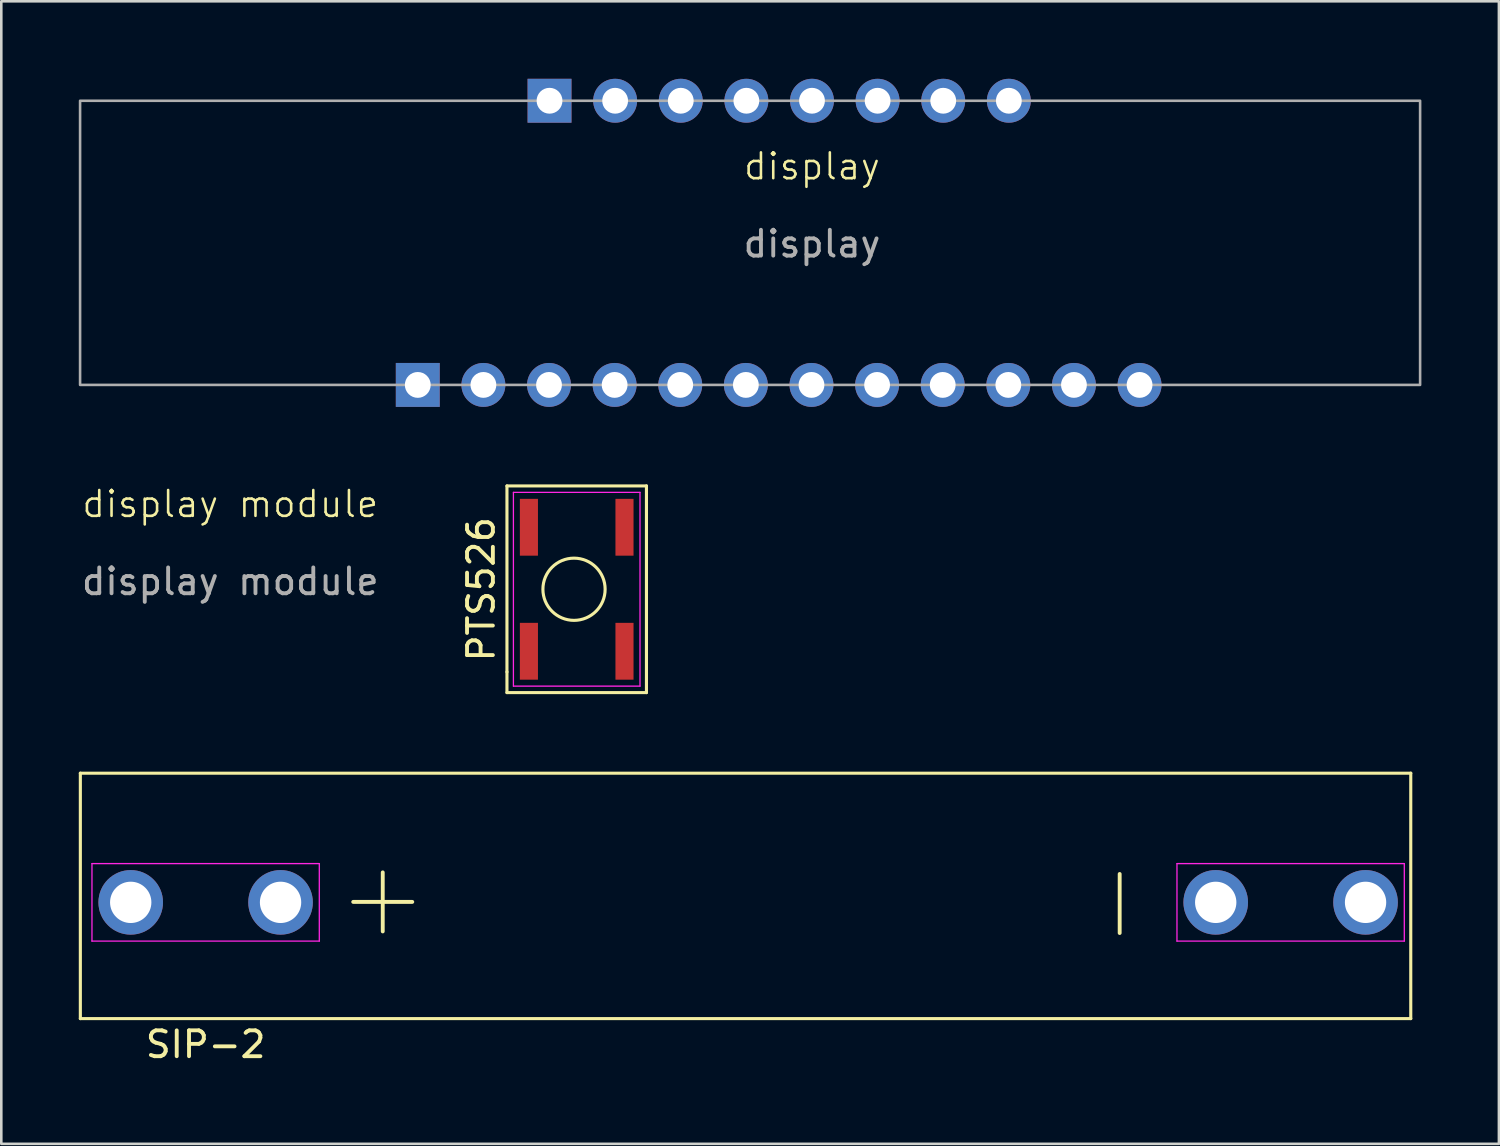
<source format=kicad_pcb>
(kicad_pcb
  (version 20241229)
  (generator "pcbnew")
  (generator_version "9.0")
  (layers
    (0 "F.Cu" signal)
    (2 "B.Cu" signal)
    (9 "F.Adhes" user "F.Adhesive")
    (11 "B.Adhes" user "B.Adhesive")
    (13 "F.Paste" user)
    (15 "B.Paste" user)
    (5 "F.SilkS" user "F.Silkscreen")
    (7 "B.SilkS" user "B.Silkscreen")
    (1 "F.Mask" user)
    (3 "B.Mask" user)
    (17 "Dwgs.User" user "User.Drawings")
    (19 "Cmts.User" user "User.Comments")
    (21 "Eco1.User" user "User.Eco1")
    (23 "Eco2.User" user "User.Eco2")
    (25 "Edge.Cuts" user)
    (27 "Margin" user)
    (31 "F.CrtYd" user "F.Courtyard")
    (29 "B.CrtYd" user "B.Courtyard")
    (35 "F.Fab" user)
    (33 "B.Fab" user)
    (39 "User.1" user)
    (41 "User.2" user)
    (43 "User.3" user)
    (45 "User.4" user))
  (footprint "display module"
    (layer "F.Cu")
    (at 5.863 16.96)
    (property "Reference" "display module" (at 0 -0.5 0) (unlocked yes) (layer "F.SilkS") (effects (font (size 1 1) (thickness 0.1))))
    (attr through_hole)
    (fp_text user "${REFERENCE}" (at 0 2.5 0) (unlocked yes) (layer "F.Fab") (effects (font (size 1 1) (thickness 0.15)))))
  (footprint "SIP-2"
    (layer "F.Cu")
    (at 5.31 34.38)
    (property "Reference" "SIP-2" (at -0.4 3 0) (layer "F.SilkS") (effects (font (size 1 1) (thickness 0.15))))
    (attr through_hole)
    (fp_line (start -5.25 -7.5) (end 46.25 -7.5) (stroke (width 0.12) (type default)) (layer "F.SilkS"))
    (fp_line (start -5.25 2) (end -5.25 -7.5) (stroke (width 0.12) (type default)) (layer "F.SilkS"))
    (fp_line (start 46.25 -7.5) (end 46.25 2) (stroke (width 0.12) (type default)) (layer "F.SilkS"))
    (fp_line (start 46.25 2) (end -5.25 2) (stroke (width 0.12) (type default)) (layer "F.SilkS"))
    (fp_line (start -4.8 -4) (end 4 -4) (stroke (width 0.05) (type default)) (layer "F.CrtYd"))
    (fp_line (start -4.8 -1) (end -4.8 -4) (stroke (width 0.05) (type default)) (layer "F.CrtYd"))
    (fp_line (start 4 -4) (end 4 -1) (stroke (width 0.05) (type default)) (layer "F.CrtYd"))
    (fp_line (start 4 -1) (end -4.8 -1) (stroke (width 0.05) (type default)) (layer "F.CrtYd"))
    (fp_line (start 37.2 -4) (end 46 -4) (stroke (width 0.05) (type default)) (layer "F.CrtYd"))
    (fp_line (start 37.2 -1) (end 37.2 -4) (stroke (width 0.05) (type default)) (layer "F.CrtYd"))
    (fp_line (start 46 -4) (end 46 -1) (stroke (width 0.05) (type default)) (layer "F.CrtYd"))
    (fp_line (start 46 -1) (end 37.2 -1) (stroke (width 0.05) (type default)) (layer "F.CrtYd"))
    (fp_text user "-" (at 36.5 -0.5 90) (unlocked yes) (layer "F.SilkS") (effects (font (size 3 3) (thickness 0.15)) (justify left bottom)))
    (fp_text user "+" (at 4.5 -1 0) (unlocked yes) (layer "F.SilkS") (effects (font (size 3 3) (thickness 0.15)) (justify left bottom)))
    (pad "1" thru_hole circle (at -3.3 -2.5) (size 2.5 2.5) (drill 1.6) (layers "*.Cu" "*.Mask"))
    (pad "1" thru_hole circle (at 2.5 -2.5) (size 2.5 2.5) (drill 1.6) (layers "*.Cu" "*.Mask"))
    (pad "2" thru_hole circle (at 38.7 -2.5) (size 2.5 2.5) (drill 1.6) (layers "*.Cu" "*.Mask"))
    (pad "2" thru_hole circle (at 44.5 -2.5) (size 2.5 2.5) (drill 1.6) (layers "*.Cu" "*.Mask")))
  (footprint "display"
    (layer "F.Cu")
    (at 18.222 0.85)
    (property "Reference" "display" (at 10.16 2.54 0) (unlocked yes) (layer "F.SilkS") (effects (font (size 1 1) (thickness 0.1))))
    (attr through_hole)
    (fp_rect (start -18.172 0) (end 33.7 11) (stroke (width 0.1) (type default)) (fill no) (layer "F.Fab"))
    (fp_text user "${REFERENCE}" (at 10.16 5.54 0) (unlocked yes) (layer "F.Fab") (effects (font (size 1 1) (thickness 0.15))))
    (pad "1" thru_hole rect (at 0 0 90) (size 1.7 1.7) (drill 1) (layers "*.Cu" "*.Mask"))
    (pad "2" thru_hole oval (at 2.54 0 90) (size 1.7 1.7) (drill 1) (layers "*.Cu" "*.Mask"))
    (pad "3" thru_hole oval (at 5.08 0 90) (size 1.7 1.7) (drill 1) (layers "*.Cu" "*.Mask"))
    (pad "4" thru_hole oval (at 7.62 0 90) (size 1.7 1.7) (drill 1) (layers "*.Cu" "*.Mask"))
    (pad "5" thru_hole oval (at 10.16 0 90) (size 1.7 1.7) (drill 1) (layers "*.Cu" "*.Mask"))
    (pad "6" thru_hole oval (at 12.7 0 90) (size 1.7 1.7) (drill 1) (layers "*.Cu" "*.Mask"))
    (pad "7" thru_hole oval (at 15.24 0 90) (size 1.7 1.7) (drill 1) (layers "*.Cu" "*.Mask"))
    (pad "8" thru_hole oval (at 17.78 0 90) (size 1.7 1.7) (drill 1) (layers "*.Cu" "*.Mask"))
    (pad "9" thru_hole rect (at -5.1 11 90) (size 1.7 1.7) (drill 1) (layers "*.Cu" "*.Mask"))
    (pad "10" thru_hole oval (at -2.56 11 90) (size 1.7 1.7) (drill 1) (layers "*.Cu" "*.Mask"))
    (pad "11" thru_hole oval (at -0.02 11 90) (size 1.7 1.7) (drill 1) (layers "*.Cu" "*.Mask"))
    (pad "12" thru_hole oval (at 2.52 11 90) (size 1.7 1.7) (drill 1) (layers "*.Cu" "*.Mask"))
    (pad "13" thru_hole oval (at 5.06 11 90) (size 1.7 1.7) (drill 1) (layers "*.Cu" "*.Mask"))
    (pad "14" thru_hole oval (at 7.6 11 90) (size 1.7 1.7) (drill 1) (layers "*.Cu" "*.Mask"))
    (pad "15" thru_hole oval (at 10.14 11 90) (size 1.7 1.7) (drill 1) (layers "*.Cu" "*.Mask"))
    (pad "16" thru_hole oval (at 12.68 11 90) (size 1.7 1.7) (drill 1) (layers "*.Cu" "*.Mask"))
    (pad "17" thru_hole oval (at 15.22 11 90) (size 1.7 1.7) (drill 1) (layers "*.Cu" "*.Mask"))
    (pad "18" thru_hole oval (at 17.76 11 90) (size 1.7 1.7) (drill 1) (layers "*.Cu" "*.Mask"))
    (pad "19" thru_hole oval (at 20.3 11 90) (size 1.7 1.7) (drill 1) (layers "*.Cu" "*.Mask"))
    (pad "20" thru_hole oval (at 22.84 11 90) (size 1.7 1.7) (drill 1) (layers "*.Cu" "*.Mask")))
  (footprint "PTS526"
    (layer "F.Cu")
    (at 19.274 19.76)
    (property "Reference" "PTS526" (at -3.7 0 90) (layer "F.SilkS") (effects (font (size 1 1) (thickness 0.15))))
    (attr smd)
    (fp_line (start -2.7 -4) (end 2.7 -4) (stroke (width 0.12) (type default)) (layer "F.SilkS"))
    (fp_line (start -2.7 3.2) (end -2.7 -4) (stroke (width 0.12) (type default)) (layer "F.SilkS"))
    (fp_line (start -2.7 4) (end -2.7 3.2) (stroke (width 0.12) (type default)) (layer "F.SilkS"))
    (fp_line (start 2.7 -4) (end 2.7 4) (stroke (width 0.12) (type default)) (layer "F.SilkS"))
    (fp_line (start 2.7 4) (end -2.7 4) (stroke (width 0.12) (type default)) (layer "F.SilkS"))
    (fp_circle (center -0.104 0) (end 0.796 0.8) (stroke (width 0.12) (type default)) (fill no) (layer "F.SilkS"))
    (fp_line (start -2.45 -3.75) (end 2.45 -3.75) (stroke (width 0.05) (type default)) (layer "F.CrtYd"))
    (fp_line (start -2.45 3.75) (end -2.45 -3.75) (stroke (width 0.05) (type default)) (layer "F.CrtYd"))
    (fp_line (start 2.45 -3.75) (end 2.45 3.75) (stroke (width 0.05) (type default)) (layer "F.CrtYd"))
    (fp_line (start 2.45 3.75) (end -2.45 3.75) (stroke (width 0.05) (type default)) (layer "F.CrtYd"))
    (pad "1" smd rect (at -1.85 -2.4) (size 0.7 2.2) (layers "F.Cu" "F.Mask" "F.Paste"))
    (pad "1" smd rect (at -1.85 2.4) (size 0.7 2.2) (layers "F.Cu" "F.Mask" "F.Paste"))
    (pad "2" smd rect (at 1.85 -2.4) (size 0.7 2.2) (layers "F.Cu" "F.Mask" "F.Paste"))
    (pad "2" smd rect (at 1.85 2.4) (size 0.7 2.2) (layers "F.Cu" "F.Mask" "F.Paste")))
  (gr_rect
    (start -3 -3)
    (end 54.972 41.228)
    (stroke (width 0.1) (type default))
    (fill no)
    (layer "Edge.Cuts")))
</source>
